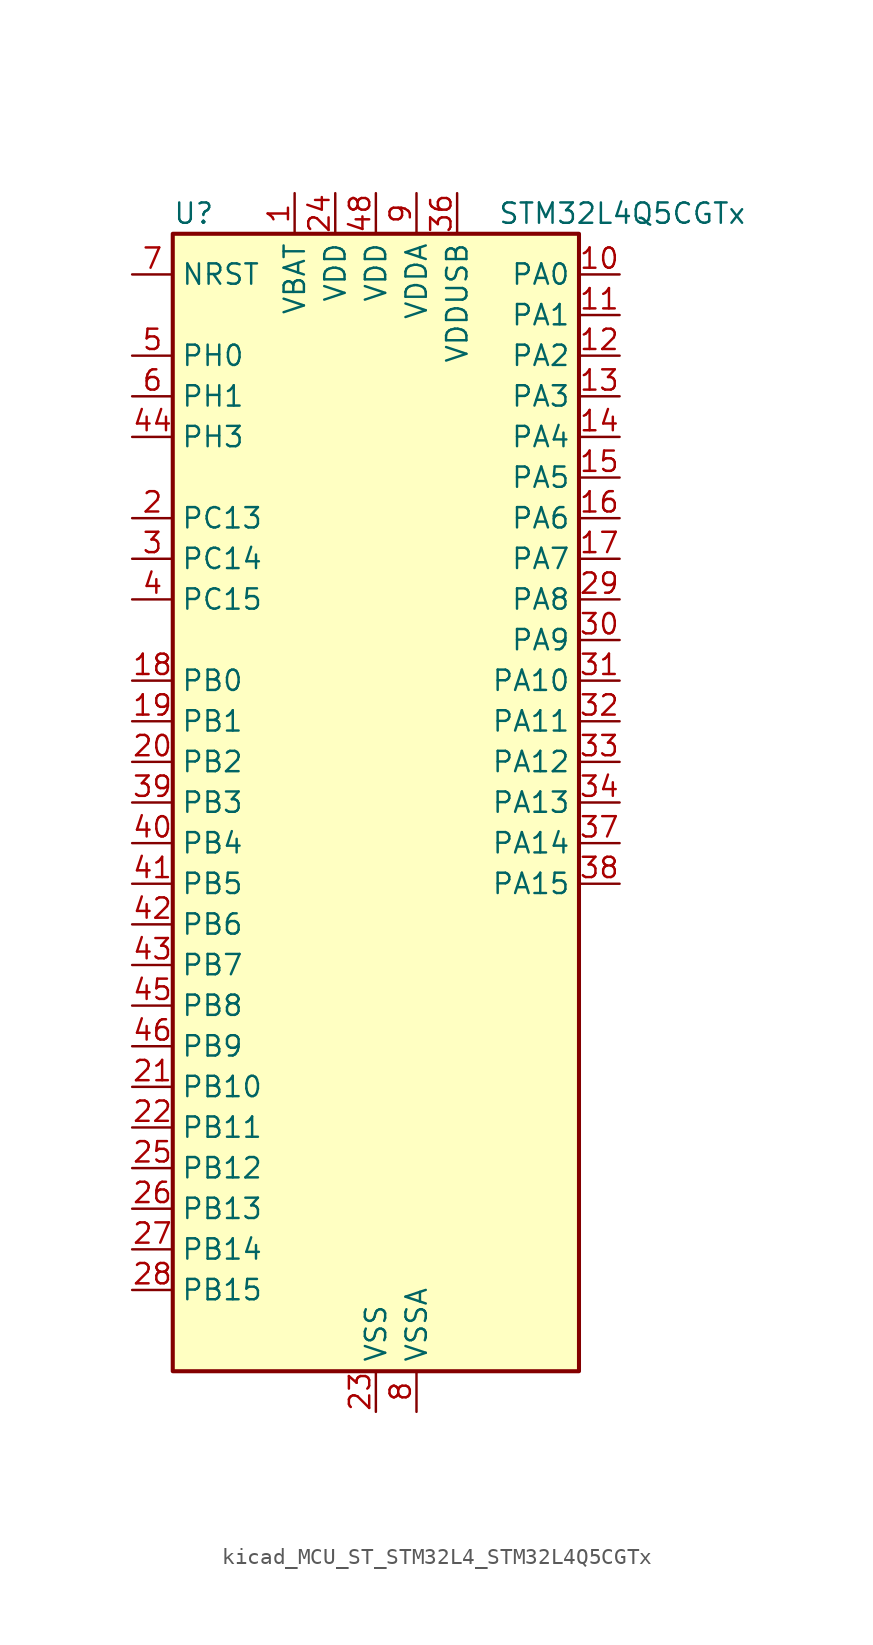
<source format=kicad_sym>
(kicad_symbol_lib
  (version 20220914)
  (generator kicad_symbol_editor)
  (symbol "kicad_MCU_ST_STM32L4_STM32L4Q5CGTx"
    (property "Reference" "U"
      (at -12.7 36.83 0)
      (effects (font (size 1.27 1.27)) (justify left)))
    (property "Value" "STM32L4Q5CGTx"
      (at 7.62 36.83 0)
      (effects (font (size 1.27 1.27)) (justify left)))
    (property "ki_locked" ""
      (at 0 0 0)
      (effects (font (size 1.27 1.27))))
    (symbol "kicad_MCU_ST_STM32L4_STM32L4Q5CGTx_0_1"
      (rectangle (start -12.7 -35.56) (end 12.7 35.56) (stroke (width 0.254) (type default)) (fill (type background))))
    (symbol "kicad_MCU_ST_STM32L4_STM32L4Q5CGTx_1_1"
      (pin power_in line (at -5.08 38.1 270) (length 2.54) (name "VBAT" (effects (font (size 1.27 1.27)))) (number "1" (effects (font (size 1.27 1.27)))))
      (pin bidirectional line (at 15.24 33.02 180) (length 2.54) (name "PA0" (effects (font (size 1.27 1.27)))) (number "10" (effects (font (size 1.27 1.27)))) (alternate "ADC1_IN5" bidirectional line) (alternate "ADC2_IN5" bidirectional line) (alternate "OPAMP1_VINP" bidirectional line) (alternate "RTC_TAMP2" bidirectional line) (alternate "SAI1_EXTCLK" bidirectional line) (alternate "SYS_WKUP1" bidirectional line) (alternate "TIM2_CH1" bidirectional line) (alternate "TIM2_ETR" bidirectional line) (alternate "TIM5_CH1" bidirectional line) (alternate "TIM8_ETR" bidirectional line) (alternate "UART4_TX" bidirectional line) (alternate "USART2_CTS" bidirectional line) (alternate "USART2_NSS" bidirectional line))
      (pin bidirectional line (at 15.24 30.48 180) (length 2.54) (name "PA1" (effects (font (size 1.27 1.27)))) (number "11" (effects (font (size 1.27 1.27)))) (alternate "ADC1_IN6" bidirectional line) (alternate "ADC2_IN6" bidirectional line) (alternate "I2C1_SMBA" bidirectional line) (alternate "OCTOSPIM_P1_DQS" bidirectional line) (alternate "OPAMP1_VINM" bidirectional line) (alternate "SDMMC2_CMD" bidirectional line) (alternate "SPI1_SCK" bidirectional line) (alternate "TIM15_CH1N" bidirectional line) (alternate "TIM2_CH2" bidirectional line) (alternate "TIM5_CH2" bidirectional line) (alternate "UART4_RX" bidirectional line) (alternate "USART2_DE" bidirectional line) (alternate "USART2_RTS" bidirectional line))
      (pin bidirectional line (at 15.24 27.94 180) (length 2.54) (name "PA2" (effects (font (size 1.27 1.27)))) (number "12" (effects (font (size 1.27 1.27)))) (alternate "ADC1_IN7" bidirectional line) (alternate "ADC2_IN7" bidirectional line) (alternate "LPUART1_TX" bidirectional line) (alternate "OCTOSPIM_P1_NCS" bidirectional line) (alternate "RCC_LSCO" bidirectional line) (alternate "SAI2_EXTCLK" bidirectional line) (alternate "SYS_WKUP4" bidirectional line) (alternate "TIM15_CH1" bidirectional line) (alternate "TIM2_CH3" bidirectional line) (alternate "TIM5_CH3" bidirectional line) (alternate "USART2_TX" bidirectional line))
      (pin bidirectional line (at 15.24 25.4 180) (length 2.54) (name "PA3" (effects (font (size 1.27 1.27)))) (number "13" (effects (font (size 1.27 1.27)))) (alternate "ADC1_IN8" bidirectional line) (alternate "ADC2_IN8" bidirectional line) (alternate "LPUART1_RX" bidirectional line) (alternate "OCTOSPIM_P1_CLK" bidirectional line) (alternate "OPAMP1_VOUT" bidirectional line) (alternate "SAI1_CK1" bidirectional line) (alternate "SAI1_MCLK_A" bidirectional line) (alternate "TIM15_CH2" bidirectional line) (alternate "TIM2_CH4" bidirectional line) (alternate "TIM5_CH4" bidirectional line) (alternate "USART2_RX" bidirectional line))
      (pin bidirectional line (at 15.24 22.86 180) (length 2.54) (name "PA4" (effects (font (size 1.27 1.27)))) (number "14" (effects (font (size 1.27 1.27)))) (alternate "ADC1_IN9" bidirectional line) (alternate "ADC2_IN9" bidirectional line) (alternate "DAC1_OUT1" bidirectional line) (alternate "LPTIM2_OUT" bidirectional line) (alternate "LTDC_CLK" bidirectional line) (alternate "OCTOSPIM_P1_NCS" bidirectional line) (alternate "SAI1_FS_B" bidirectional line) (alternate "SPI1_NSS" bidirectional line) (alternate "SPI3_NSS" bidirectional line) (alternate "USART2_CK" bidirectional line))
      (pin bidirectional line (at 15.24 20.32 180) (length 2.54) (name "PA5" (effects (font (size 1.27 1.27)))) (number "15" (effects (font (size 1.27 1.27)))) (alternate "ADC1_IN10" bidirectional line) (alternate "ADC2_IN10" bidirectional line) (alternate "DAC1_OUT2" bidirectional line) (alternate "LPTIM2_ETR" bidirectional line) (alternate "LTDC_R7" bidirectional line) (alternate "SPI1_SCK" bidirectional line) (alternate "TIM2_CH1" bidirectional line) (alternate "TIM2_ETR" bidirectional line) (alternate "TIM8_CH1N" bidirectional line))
      (pin bidirectional line (at 15.24 17.78 180) (length 2.54) (name "PA6" (effects (font (size 1.27 1.27)))) (number "16" (effects (font (size 1.27 1.27)))) (alternate "ADC1_IN11" bidirectional line) (alternate "ADC2_IN11" bidirectional line) (alternate "LPUART1_CTS" bidirectional line) (alternate "OCTOSPIM_P1_IO3" bidirectional line) (alternate "OPAMP2_VINP" bidirectional line) (alternate "SPI1_MISO" bidirectional line) (alternate "TIM16_CH1" bidirectional line) (alternate "TIM1_BKIN" bidirectional line) (alternate "TIM3_CH1" bidirectional line) (alternate "TIM8_BKIN" bidirectional line) (alternate "USART3_CTS" bidirectional line) (alternate "USART3_NSS" bidirectional line))
      (pin bidirectional line (at 15.24 15.24 180) (length 2.54) (name "PA7" (effects (font (size 1.27 1.27)))) (number "17" (effects (font (size 1.27 1.27)))) (alternate "ADC1_IN12" bidirectional line) (alternate "ADC2_IN12" bidirectional line) (alternate "I2C3_SCL" bidirectional line) (alternate "OCTOSPIM_P1_IO2" bidirectional line) (alternate "OPAMP2_VINM" bidirectional line) (alternate "SPI1_MOSI" bidirectional line) (alternate "TIM17_CH1" bidirectional line) (alternate "TIM1_CH1N" bidirectional line) (alternate "TIM3_CH2" bidirectional line) (alternate "TIM8_CH1N" bidirectional line))
      (pin bidirectional line (at -15.24 7.62 0) (length 2.54) (name "PB0" (effects (font (size 1.27 1.27)))) (number "18" (effects (font (size 1.27 1.27)))) (alternate "ADC1_IN15" bidirectional line) (alternate "ADC2_IN15" bidirectional line) (alternate "COMP1_OUT" bidirectional line) (alternate "LTDC_B6" bidirectional line) (alternate "OCTOSPIM_P1_IO1" bidirectional line) (alternate "OPAMP2_VOUT" bidirectional line) (alternate "SAI1_EXTCLK" bidirectional line) (alternate "SPI1_NSS" bidirectional line) (alternate "TIM1_CH2N" bidirectional line) (alternate "TIM3_CH3" bidirectional line) (alternate "TIM8_CH2N" bidirectional line) (alternate "USART3_CK" bidirectional line))
      (pin bidirectional line (at -15.24 5.08 0) (length 2.54) (name "PB1" (effects (font (size 1.27 1.27)))) (number "19" (effects (font (size 1.27 1.27)))) (alternate "ADC1_IN16" bidirectional line) (alternate "ADC2_IN16" bidirectional line) (alternate "COMP1_INM" bidirectional line) (alternate "DFSDM1_DATIN0" bidirectional line) (alternate "LPTIM2_IN1" bidirectional line) (alternate "LPUART1_DE" bidirectional line) (alternate "LPUART1_RTS" bidirectional line) (alternate "LTDC_G6" bidirectional line) (alternate "OCTOSPIM_P1_IO0" bidirectional line) (alternate "TIM1_CH3N" bidirectional line) (alternate "TIM3_CH4" bidirectional line) (alternate "TIM8_CH3N" bidirectional line) (alternate "USART3_DE" bidirectional line) (alternate "USART3_RTS" bidirectional line))
      (pin bidirectional line (at -15.24 17.78 0) (length 2.54) (name "PC13" (effects (font (size 1.27 1.27)))) (number "2" (effects (font (size 1.27 1.27)))) (alternate "RTC_OUT1" bidirectional line) (alternate "RTC_TAMP1" bidirectional line) (alternate "RTC_TS" bidirectional line) (alternate "SYS_WKUP2" bidirectional line))
      (pin bidirectional line (at -15.24 2.54 0) (length 2.54) (name "PB2" (effects (font (size 1.27 1.27)))) (number "20" (effects (font (size 1.27 1.27)))) (alternate "COMP1_INP" bidirectional line) (alternate "DFSDM1_CKIN0" bidirectional line) (alternate "I2C3_SMBA" bidirectional line) (alternate "LPTIM1_OUT" bidirectional line) (alternate "OCTOSPIM_P1_DQS" bidirectional line) (alternate "RTC_OUT2" bidirectional line))
      (pin bidirectional line (at -15.24 -17.78 0) (length 2.54) (name "PB10" (effects (font (size 1.27 1.27)))) (number "21" (effects (font (size 1.27 1.27)))) (alternate "COMP1_OUT" bidirectional line) (alternate "I2C2_SCL" bidirectional line) (alternate "I2C4_SCL" bidirectional line) (alternate "LPUART1_RX" bidirectional line) (alternate "OCTOSPIM_P1_CLK" bidirectional line) (alternate "OCTOSPIM_P1_IO3" bidirectional line) (alternate "SAI1_SCK_A" bidirectional line) (alternate "SPI2_SCK" bidirectional line) (alternate "TIM2_CH3" bidirectional line) (alternate "TSC_SYNC" bidirectional line) (alternate "USART3_TX" bidirectional line))
      (pin bidirectional line (at -15.24 -20.32 0) (length 2.54) (name "PB11" (effects (font (size 1.27 1.27)))) (number "22" (effects (font (size 1.27 1.27)))) (alternate "ADC1_EXTI11" bidirectional line) (alternate "ADC2_EXTI11" bidirectional line) (alternate "COMP2_OUT" bidirectional line) (alternate "I2C2_SDA" bidirectional line) (alternate "I2C4_SDA" bidirectional line) (alternate "LPUART1_TX" bidirectional line) (alternate "LTDC_VSYNC" bidirectional line) (alternate "OCTOSPIM_P1_NCS" bidirectional line) (alternate "TIM2_CH4" bidirectional line) (alternate "USART3_RX" bidirectional line))
      (pin power_in line (at 0 -38.1 90) (length 2.54) (name "VSS" (effects (font (size 1.27 1.27)))) (number "23" (effects (font (size 1.27 1.27)))))
      (pin power_in line (at -2.54 38.1 270) (length 2.54) (name "VDD" (effects (font (size 1.27 1.27)))) (number "24" (effects (font (size 1.27 1.27)))))
      (pin bidirectional line (at -15.24 -22.86 0) (length 2.54) (name "PB12" (effects (font (size 1.27 1.27)))) (number "25" (effects (font (size 1.27 1.27)))) (alternate "DFSDM1_DATIN1" bidirectional line) (alternate "I2C2_SMBA" bidirectional line) (alternate "LPUART1_DE" bidirectional line) (alternate "LPUART1_RTS" bidirectional line) (alternate "OCTOSPIM_P1_NCLK" bidirectional line) (alternate "SAI2_FS_A" bidirectional line) (alternate "SDMMC2_CK" bidirectional line) (alternate "SPI2_NSS" bidirectional line) (alternate "TIM15_BKIN" bidirectional line) (alternate "TIM1_BKIN" bidirectional line) (alternate "TSC_G1_IO1" bidirectional line) (alternate "USART3_CK" bidirectional line))
      (pin bidirectional line (at -15.24 -25.4 0) (length 2.54) (name "PB13" (effects (font (size 1.27 1.27)))) (number "26" (effects (font (size 1.27 1.27)))) (alternate "DFSDM1_CKIN1" bidirectional line) (alternate "I2C2_SCL" bidirectional line) (alternate "LPUART1_CTS" bidirectional line) (alternate "OCTOSPIM_P1_IO1" bidirectional line) (alternate "SAI2_SCK_A" bidirectional line) (alternate "SPI2_SCK" bidirectional line) (alternate "TIM15_CH1N" bidirectional line) (alternate "TIM1_CH1N" bidirectional line) (alternate "TSC_G1_IO2" bidirectional line) (alternate "USART3_CTS" bidirectional line) (alternate "USART3_NSS" bidirectional line))
      (pin bidirectional line (at -15.24 -27.94 0) (length 2.54) (name "PB14" (effects (font (size 1.27 1.27)))) (number "27" (effects (font (size 1.27 1.27)))) (alternate "DFSDM1_DATIN2" bidirectional line) (alternate "I2C2_SDA" bidirectional line) (alternate "OCTOSPIM_P1_IO6" bidirectional line) (alternate "SAI2_MCLK_A" bidirectional line) (alternate "SDMMC2_D0" bidirectional line) (alternate "SPI2_MISO" bidirectional line) (alternate "TIM15_CH1" bidirectional line) (alternate "TIM1_CH2N" bidirectional line) (alternate "TIM8_CH2N" bidirectional line) (alternate "TSC_G1_IO3" bidirectional line) (alternate "USART3_DE" bidirectional line) (alternate "USART3_RTS" bidirectional line))
      (pin bidirectional line (at -15.24 -30.48 0) (length 2.54) (name "PB15" (effects (font (size 1.27 1.27)))) (number "28" (effects (font (size 1.27 1.27)))) (alternate "ADC1_EXTI15" bidirectional line) (alternate "ADC2_EXTI15" bidirectional line) (alternate "DFSDM1_CKIN2" bidirectional line) (alternate "OCTOSPIM_P1_IO7" bidirectional line) (alternate "RTC_REFIN" bidirectional line) (alternate "SAI2_SD_A" bidirectional line) (alternate "SDMMC2_D1" bidirectional line) (alternate "SPI2_MOSI" bidirectional line) (alternate "TIM15_CH2" bidirectional line) (alternate "TIM1_CH3N" bidirectional line) (alternate "TIM8_CH3N" bidirectional line) (alternate "TSC_G1_IO4" bidirectional line))
      (pin bidirectional line (at 15.24 12.7 180) (length 2.54) (name "PA8" (effects (font (size 1.27 1.27)))) (number "29" (effects (font (size 1.27 1.27)))) (alternate "LPTIM2_OUT" bidirectional line) (alternate "LTDC_B7" bidirectional line) (alternate "RCC_MCO" bidirectional line) (alternate "SAI1_CK2" bidirectional line) (alternate "SAI1_SCK_A" bidirectional line) (alternate "TIM1_CH1" bidirectional line) (alternate "USART1_CK" bidirectional line) (alternate "USB_OTG_FS_SOF" bidirectional line))
      (pin bidirectional line (at -15.24 15.24 0) (length 2.54) (name "PC14" (effects (font (size 1.27 1.27)))) (number "3" (effects (font (size 1.27 1.27)))) (alternate "RCC_OSC32_IN" bidirectional line))
      (pin bidirectional line (at 15.24 10.16 180) (length 2.54) (name "PA9" (effects (font (size 1.27 1.27)))) (number "30" (effects (font (size 1.27 1.27)))) (alternate "DAC1_EXTI9" bidirectional line) (alternate "LTDC_G7" bidirectional line) (alternate "SAI1_FS_A" bidirectional line) (alternate "SPI2_SCK" bidirectional line) (alternate "TIM15_BKIN" bidirectional line) (alternate "TIM1_CH2" bidirectional line) (alternate "USART1_TX" bidirectional line) (alternate "USB_OTG_FS_VBUS" bidirectional line))
      (pin bidirectional line (at 15.24 7.62 180) (length 2.54) (name "PA10" (effects (font (size 1.27 1.27)))) (number "31" (effects (font (size 1.27 1.27)))) (alternate "LTDC_G6" bidirectional line) (alternate "SAI1_D1" bidirectional line) (alternate "SAI1_SD_A" bidirectional line) (alternate "TIM17_BKIN" bidirectional line) (alternate "TIM1_CH3" bidirectional line) (alternate "USART1_RX" bidirectional line) (alternate "USB_OTG_FS_ID" bidirectional line))
      (pin bidirectional line (at 15.24 5.08 180) (length 2.54) (name "PA11" (effects (font (size 1.27 1.27)))) (number "32" (effects (font (size 1.27 1.27)))) (alternate "ADC1_EXTI11" bidirectional line) (alternate "ADC2_EXTI11" bidirectional line) (alternate "CAN1_RX" bidirectional line) (alternate "LTDC_DE" bidirectional line) (alternate "SPI1_MISO" bidirectional line) (alternate "TIM1_BKIN2" bidirectional line) (alternate "TIM1_CH4" bidirectional line) (alternate "USART1_CTS" bidirectional line) (alternate "USART1_NSS" bidirectional line) (alternate "USB_OTG_FS_DM" bidirectional line))
      (pin bidirectional line (at 15.24 2.54 180) (length 2.54) (name "PA12" (effects (font (size 1.27 1.27)))) (number "33" (effects (font (size 1.27 1.27)))) (alternate "CAN1_TX" bidirectional line) (alternate "LTDC_VSYNC" bidirectional line) (alternate "OCTOSPIM_P2_NCS" bidirectional line) (alternate "SPI1_MOSI" bidirectional line) (alternate "TIM1_ETR" bidirectional line) (alternate "USART1_DE" bidirectional line) (alternate "USART1_RTS" bidirectional line) (alternate "USB_OTG_FS_DP" bidirectional line))
      (pin bidirectional line (at 15.24 0 180) (length 2.54) (name "PA13" (effects (font (size 1.27 1.27)))) (number "34" (effects (font (size 1.27 1.27)))) (alternate "IR_OUT" bidirectional line) (alternate "SAI1_SD_B" bidirectional line) (alternate "SYS_JTMS-SWDIO" bidirectional line) (alternate "USB_OTG_FS_NOE" bidirectional line))
      (pin passive line (at 0 -38.1 90) (length 2.54) hide (name "VSS" (effects (font (size 1.27 1.27)))) (number "35" (effects (font (size 1.27 1.27)))))
      (pin power_in line (at 5.08 38.1 270) (length 2.54) (name "VDDUSB" (effects (font (size 1.27 1.27)))) (number "36" (effects (font (size 1.27 1.27)))))
      (pin bidirectional line (at 15.24 -2.54 180) (length 2.54) (name "PA14" (effects (font (size 1.27 1.27)))) (number "37" (effects (font (size 1.27 1.27)))) (alternate "I2C1_SMBA" bidirectional line) (alternate "I2C4_SMBA" bidirectional line) (alternate "LPTIM1_OUT" bidirectional line) (alternate "SAI1_FS_B" bidirectional line) (alternate "SYS_JTCK-SWCLK" bidirectional line) (alternate "USB_OTG_FS_SOF" bidirectional line))
      (pin bidirectional line (at 15.24 -5.08 180) (length 2.54) (name "PA15" (effects (font (size 1.27 1.27)))) (number "38" (effects (font (size 1.27 1.27)))) (alternate "ADC1_EXTI15" bidirectional line) (alternate "ADC2_EXTI15" bidirectional line) (alternate "LTDC_HSYNC" bidirectional line) (alternate "SAI2_FS_B" bidirectional line) (alternate "SPI1_NSS" bidirectional line) (alternate "SPI3_NSS" bidirectional line) (alternate "SYS_JTDI" bidirectional line) (alternate "TIM2_CH1" bidirectional line) (alternate "TIM2_ETR" bidirectional line) (alternate "TSC_G3_IO1" bidirectional line) (alternate "UART4_DE" bidirectional line) (alternate "UART4_RTS" bidirectional line) (alternate "USART2_RX" bidirectional line) (alternate "USART3_DE" bidirectional line) (alternate "USART3_RTS" bidirectional line))
      (pin bidirectional line (at -15.24 0 0) (length 2.54) (name "PB3" (effects (font (size 1.27 1.27)))) (number "39" (effects (font (size 1.27 1.27)))) (alternate "COMP2_INM" bidirectional line) (alternate "CRS_SYNC" bidirectional line) (alternate "OCTOSPIM_P1_IO4" bidirectional line) (alternate "SAI1_SCK_B" bidirectional line) (alternate "SDMMC2_D2" bidirectional line) (alternate "SPI1_SCK" bidirectional line) (alternate "SPI3_SCK" bidirectional line) (alternate "SYS_JTDO-SWO" bidirectional line) (alternate "TIM2_CH2" bidirectional line) (alternate "USART1_DE" bidirectional line) (alternate "USART1_RTS" bidirectional line))
      (pin bidirectional line (at -15.24 12.7 0) (length 2.54) (name "PC15" (effects (font (size 1.27 1.27)))) (number "4" (effects (font (size 1.27 1.27)))) (alternate "ADC1_EXTI15" bidirectional line) (alternate "ADC2_EXTI15" bidirectional line) (alternate "RCC_OSC32_OUT" bidirectional line))
      (pin bidirectional line (at -15.24 -2.54 0) (length 2.54) (name "PB4" (effects (font (size 1.27 1.27)))) (number "40" (effects (font (size 1.27 1.27)))) (alternate "COMP2_INP" bidirectional line) (alternate "I2C3_SDA" bidirectional line) (alternate "OCTOSPIM_P1_IO5" bidirectional line) (alternate "SAI1_MCLK_B" bidirectional line) (alternate "SDMMC2_D3" bidirectional line) (alternate "SPI1_MISO" bidirectional line) (alternate "SPI3_MISO" bidirectional line) (alternate "SYS_JTRST" bidirectional line) (alternate "TIM17_BKIN" bidirectional line) (alternate "TIM3_CH1" bidirectional line) (alternate "TSC_G2_IO1" bidirectional line) (alternate "USART1_CTS" bidirectional line) (alternate "USART1_NSS" bidirectional line))
      (pin bidirectional line (at -15.24 -5.08 0) (length 2.54) (name "PB5" (effects (font (size 1.27 1.27)))) (number "41" (effects (font (size 1.27 1.27)))) (alternate "COMP2_OUT" bidirectional line) (alternate "I2C1_SMBA" bidirectional line) (alternate "LPTIM1_IN1" bidirectional line) (alternate "OCTOSPIM_P1_IO0" bidirectional line) (alternate "SAI1_SD_B" bidirectional line) (alternate "SPI1_MOSI" bidirectional line) (alternate "SPI3_MOSI" bidirectional line) (alternate "TIM16_BKIN" bidirectional line) (alternate "TIM3_CH2" bidirectional line) (alternate "TSC_G2_IO2" bidirectional line) (alternate "USART1_CK" bidirectional line))
      (pin bidirectional line (at -15.24 -7.62 0) (length 2.54) (name "PB6" (effects (font (size 1.27 1.27)))) (number "42" (effects (font (size 1.27 1.27)))) (alternate "COMP2_INP" bidirectional line) (alternate "I2C1_SCL" bidirectional line) (alternate "I2C4_SCL" bidirectional line) (alternate "LPTIM1_ETR" bidirectional line) (alternate "LTDC_R6" bidirectional line) (alternate "SAI1_FS_B" bidirectional line) (alternate "TIM16_CH1N" bidirectional line) (alternate "TIM4_CH1" bidirectional line) (alternate "TIM8_BKIN2" bidirectional line) (alternate "TSC_G2_IO3" bidirectional line) (alternate "USART1_TX" bidirectional line))
      (pin bidirectional line (at -15.24 -10.16 0) (length 2.54) (name "PB7" (effects (font (size 1.27 1.27)))) (number "43" (effects (font (size 1.27 1.27)))) (alternate "COMP2_INM" bidirectional line) (alternate "I2C1_SDA" bidirectional line) (alternate "I2C4_SDA" bidirectional line) (alternate "LPTIM1_IN2" bidirectional line) (alternate "LTDC_VSYNC" bidirectional line) (alternate "SYS_PVD_IN" bidirectional line) (alternate "TIM17_CH1N" bidirectional line) (alternate "TIM4_CH2" bidirectional line) (alternate "TIM8_BKIN" bidirectional line) (alternate "TSC_G2_IO4" bidirectional line) (alternate "UART4_CTS" bidirectional line) (alternate "USART1_RX" bidirectional line))
      (pin bidirectional line (at -15.24 22.86 0) (length 2.54) (name "PH3" (effects (font (size 1.27 1.27)))) (number "44" (effects (font (size 1.27 1.27)))))
      (pin bidirectional line (at -15.24 -12.7 0) (length 2.54) (name "PB8" (effects (font (size 1.27 1.27)))) (number "45" (effects (font (size 1.27 1.27)))) (alternate "CAN1_RX" bidirectional line) (alternate "DFSDM1_CKOUT" bidirectional line) (alternate "I2C1_SCL" bidirectional line) (alternate "LTDC_DE" bidirectional line) (alternate "SAI1_CK1" bidirectional line) (alternate "SAI1_MCLK_A" bidirectional line) (alternate "SDMMC2_D4" bidirectional line) (alternate "TIM16_CH1" bidirectional line) (alternate "TIM4_CH3" bidirectional line))
      (pin bidirectional line (at -15.24 -15.24 0) (length 2.54) (name "PB9" (effects (font (size 1.27 1.27)))) (number "46" (effects (font (size 1.27 1.27)))) (alternate "CAN1_TX" bidirectional line) (alternate "DAC1_EXTI9" bidirectional line) (alternate "I2C1_SDA" bidirectional line) (alternate "IR_OUT" bidirectional line) (alternate "SAI1_D2" bidirectional line) (alternate "SAI1_FS_A" bidirectional line) (alternate "SDMMC2_D5" bidirectional line) (alternate "SPI2_NSS" bidirectional line) (alternate "TIM17_CH1" bidirectional line) (alternate "TIM4_CH4" bidirectional line))
      (pin passive line (at 0 -38.1 90) (length 2.54) hide (name "VSS" (effects (font (size 1.27 1.27)))) (number "47" (effects (font (size 1.27 1.27)))))
      (pin power_in line (at 0 38.1 270) (length 2.54) (name "VDD" (effects (font (size 1.27 1.27)))) (number "48" (effects (font (size 1.27 1.27)))))
      (pin bidirectional line (at -15.24 27.94 0) (length 2.54) (name "PH0" (effects (font (size 1.27 1.27)))) (number "5" (effects (font (size 1.27 1.27)))) (alternate "RCC_OSC_IN" bidirectional line))
      (pin bidirectional line (at -15.24 25.4 0) (length 2.54) (name "PH1" (effects (font (size 1.27 1.27)))) (number "6" (effects (font (size 1.27 1.27)))) (alternate "RCC_OSC_OUT" bidirectional line))
      (pin input line (at -15.24 33.02 0) (length 2.54) (name "NRST" (effects (font (size 1.27 1.27)))) (number "7" (effects (font (size 1.27 1.27)))))
      (pin power_in line (at 2.54 -38.1 90) (length 2.54) (name "VSSA" (effects (font (size 1.27 1.27)))) (number "8" (effects (font (size 1.27 1.27)))))
      (pin power_in line (at 2.54 38.1 270) (length 2.54) (name "VDDA" (effects (font (size 1.27 1.27)))) (number "9" (effects (font (size 1.27 1.27))))))))
</source>
